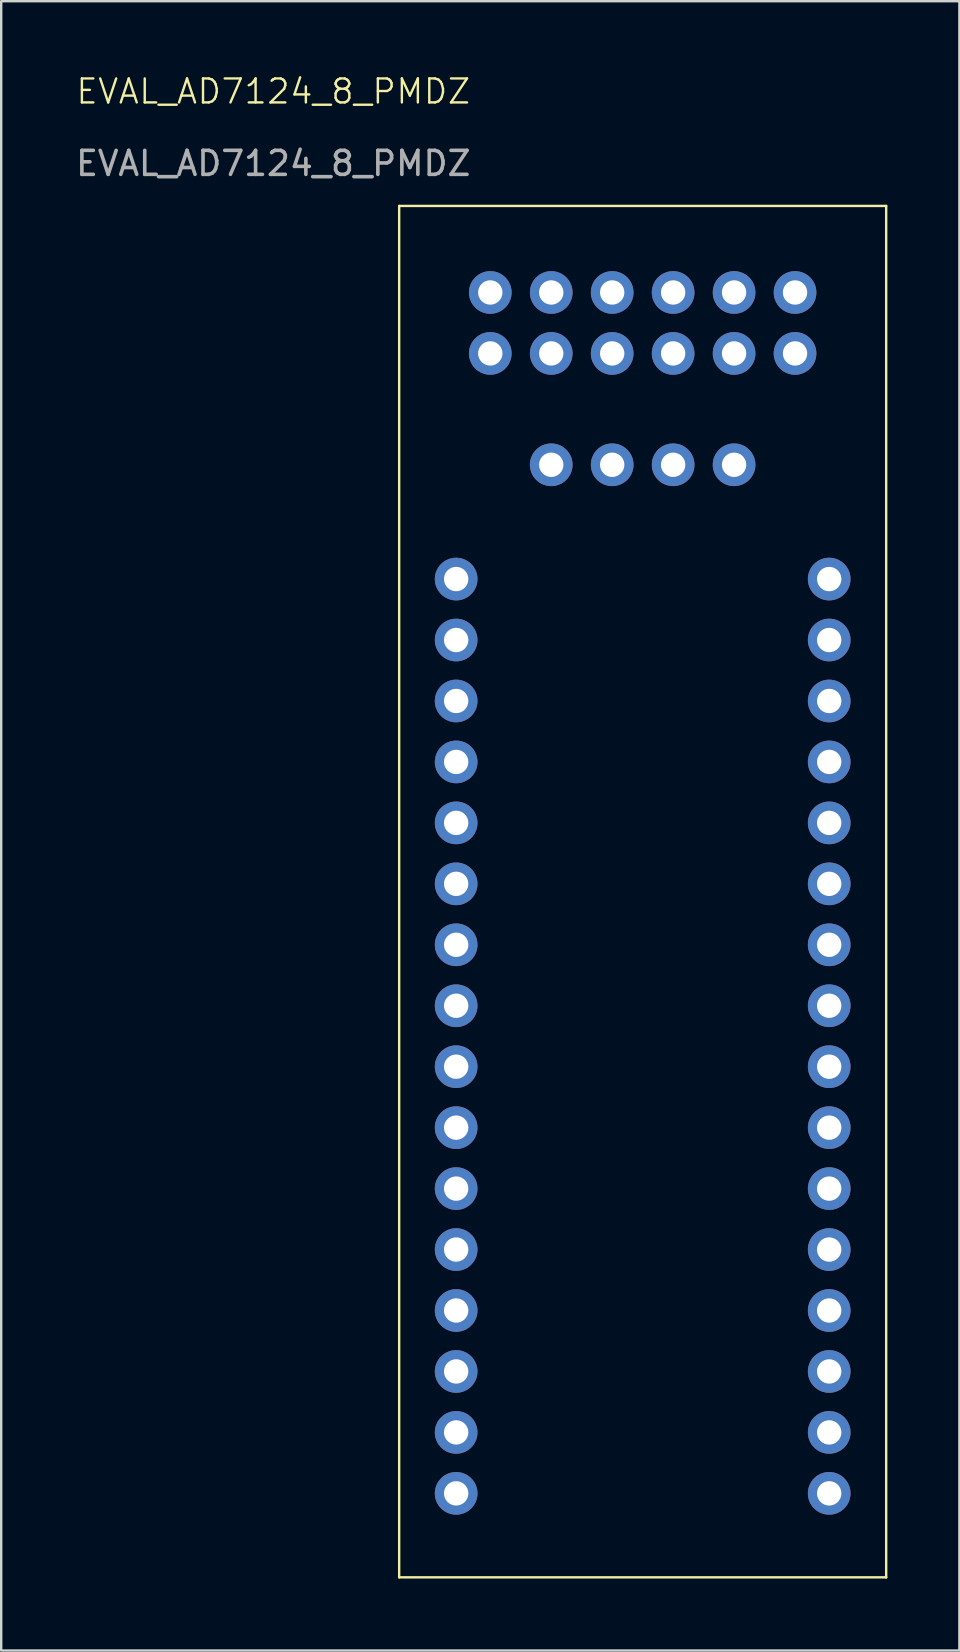
<source format=kicad_pcb>
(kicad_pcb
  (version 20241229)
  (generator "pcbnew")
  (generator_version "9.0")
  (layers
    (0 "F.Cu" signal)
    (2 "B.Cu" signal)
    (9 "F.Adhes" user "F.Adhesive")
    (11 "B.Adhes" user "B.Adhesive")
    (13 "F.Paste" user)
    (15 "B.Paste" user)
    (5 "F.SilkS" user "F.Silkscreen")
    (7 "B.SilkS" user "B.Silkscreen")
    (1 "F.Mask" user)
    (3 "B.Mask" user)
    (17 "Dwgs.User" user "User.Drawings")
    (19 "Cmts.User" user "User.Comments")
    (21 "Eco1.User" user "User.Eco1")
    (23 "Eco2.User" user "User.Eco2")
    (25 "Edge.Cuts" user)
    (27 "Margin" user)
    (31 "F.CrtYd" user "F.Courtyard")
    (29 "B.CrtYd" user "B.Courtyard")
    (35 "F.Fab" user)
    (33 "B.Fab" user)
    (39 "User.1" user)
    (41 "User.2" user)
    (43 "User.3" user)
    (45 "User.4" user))
  (footprint "EVAL_AD7124_8_PMDZ"
    (layer "F.Cu")
    (at 15.959 21.081)
    (property "Reference" "EVAL_AD7124_8_PMDZ" (at -7.62 -20.32 0) (unlocked yes) (layer "F.SilkS") (effects (font (size 1 1) (thickness 0.1))))
    (attr through_hole)
    (fp_line (start -2.375 -15.55) (end -2.375 41.6) (stroke (width 0.1) (type default)) (layer "F.SilkS"))
    (fp_line (start -2.375 41.6) (end 17.92 41.6) (stroke (width 0.1) (type default)) (layer "F.SilkS"))
    (fp_line (start 17.92 -15.55) (end -2.375 -15.55) (stroke (width 0.1) (type default)) (layer "F.SilkS"))
    (fp_line (start 17.92 41.6) (end 17.92 -15.55) (stroke (width 0.1) (type default)) (layer "F.SilkS"))
    (fp_text user "${REFERENCE}" (at -7.62 -17.32 0) (unlocked yes) (layer "F.Fab") (effects (font (size 1 1) (thickness 0.15))))
    (pad "1" thru_hole circle (at 0 0) (size 1.778 1.778) (drill 1.016) (layers "*.Cu" "*.Mask"))
    (pad "2" thru_hole circle (at 0 2.54) (size 1.778 1.778) (drill 1.016) (layers "*.Cu" "*.Mask"))
    (pad "3" thru_hole circle (at 0 5.08) (size 1.778 1.778) (drill 1.016) (layers "*.Cu" "*.Mask"))
    (pad "4" thru_hole circle (at 0 7.62) (size 1.778 1.778) (drill 1.016) (layers "*.Cu" "*.Mask"))
    (pad "5" thru_hole circle (at 0 10.16) (size 1.778 1.778) (drill 1.016) (layers "*.Cu" "*.Mask"))
    (pad "6" thru_hole circle (at 0 12.7) (size 1.778 1.778) (drill 1.016) (layers "*.Cu" "*.Mask"))
    (pad "7" thru_hole circle (at 0 15.24) (size 1.778 1.778) (drill 1.016) (layers "*.Cu" "*.Mask"))
    (pad "8" thru_hole circle (at 0 17.78) (size 1.778 1.778) (drill 1.016) (layers "*.Cu" "*.Mask"))
    (pad "9" thru_hole circle (at 0 20.32) (size 1.778 1.778) (drill 1.016) (layers "*.Cu" "*.Mask"))
    (pad "10" thru_hole circle (at 0 22.86) (size 1.778 1.778) (drill 1.016) (layers "*.Cu" "*.Mask"))
    (pad "11" thru_hole circle (at 0 25.4) (size 1.778 1.778) (drill 1.016) (layers "*.Cu" "*.Mask"))
    (pad "12" thru_hole circle (at 0 27.94) (size 1.778 1.778) (drill 1.016) (layers "*.Cu" "*.Mask"))
    (pad "13" thru_hole circle (at 0 30.48) (size 1.778 1.778) (drill 1.016) (layers "*.Cu" "*.Mask"))
    (pad "14" thru_hole circle (at 0 33.02) (size 1.778 1.778) (drill 1.016) (layers "*.Cu" "*.Mask"))
    (pad "15" thru_hole circle (at 0 35.56) (size 1.778 1.778) (drill 1.016) (layers "*.Cu" "*.Mask"))
    (pad "16" thru_hole circle (at 0 38.1) (size 1.778 1.778) (drill 1.016) (layers "*.Cu" "*.Mask"))
    (pad "17" thru_hole circle (at 15.545 38.1) (size 1.778 1.778) (drill 1.016) (layers "*.Cu" "*.Mask"))
    (pad "18" thru_hole circle (at 15.545 35.56) (size 1.778 1.778) (drill 1.016) (layers "*.Cu" "*.Mask"))
    (pad "19" thru_hole circle (at 15.545 33.02) (size 1.778 1.778) (drill 1.016) (layers "*.Cu" "*.Mask"))
    (pad "20" thru_hole circle (at 15.545 30.48) (size 1.778 1.778) (drill 1.016) (layers "*.Cu" "*.Mask"))
    (pad "21" thru_hole circle (at 15.545 27.94) (size 1.778 1.778) (drill 1.016) (layers "*.Cu" "*.Mask"))
    (pad "22" thru_hole circle (at 15.545 25.4) (size 1.778 1.778) (drill 1.016) (layers "*.Cu" "*.Mask"))
    (pad "23" thru_hole circle (at 15.545 22.86) (size 1.778 1.778) (drill 1.016) (layers "*.Cu" "*.Mask"))
    (pad "24" thru_hole circle (at 15.545 20.32) (size 1.778 1.778) (drill 1.016) (layers "*.Cu" "*.Mask"))
    (pad "25" thru_hole circle (at 15.545 17.78) (size 1.778 1.778) (drill 1.016) (layers "*.Cu" "*.Mask"))
    (pad "26" thru_hole circle (at 15.545 15.24) (size 1.778 1.778) (drill 1.016) (layers "*.Cu" "*.Mask"))
    (pad "27" thru_hole circle (at 15.545 12.7) (size 1.778 1.778) (drill 1.016) (layers "*.Cu" "*.Mask"))
    (pad "28" thru_hole circle (at 15.545 10.16) (size 1.778 1.778) (drill 1.016) (layers "*.Cu" "*.Mask"))
    (pad "29" thru_hole circle (at 15.545 7.62) (size 1.778 1.778) (drill 1.016) (layers "*.Cu" "*.Mask"))
    (pad "30" thru_hole circle (at 15.545 5.08) (size 1.778 1.778) (drill 1.016) (layers "*.Cu" "*.Mask"))
    (pad "31" thru_hole circle (at 15.545 2.54) (size 1.778 1.778) (drill 1.016) (layers "*.Cu" "*.Mask"))
    (pad "32" thru_hole circle (at 15.545 0) (size 1.778 1.778) (drill 1.016) (layers "*.Cu" "*.Mask"))
    (pad "33" thru_hole circle (at 14.122 -11.943) (size 1.778 1.778) (drill 1.016) (layers "*.Cu" "*.Mask"))
    (pad "34" thru_hole circle (at 11.582 -11.943) (size 1.778 1.778) (drill 1.016) (layers "*.Cu" "*.Mask"))
    (pad "35" thru_hole circle (at 9.042 -11.943) (size 1.778 1.778) (drill 1.016) (layers "*.Cu" "*.Mask"))
    (pad "36" thru_hole circle (at 6.502 -11.943) (size 1.778 1.778) (drill 1.016) (layers "*.Cu" "*.Mask"))
    (pad "37" thru_hole circle (at 3.962 -11.943) (size 1.778 1.778) (drill 1.016) (layers "*.Cu" "*.Mask"))
    (pad "38" thru_hole circle (at 1.422 -11.943) (size 1.778 1.778) (drill 1.016) (layers "*.Cu" "*.Mask"))
    (pad "39" thru_hole circle (at 14.122 -9.403) (size 1.778 1.778) (drill 1.016) (layers "*.Cu" "*.Mask"))
    (pad "40" thru_hole circle (at 11.582 -9.403) (size 1.778 1.778) (drill 1.016) (layers "*.Cu" "*.Mask"))
    (pad "41" thru_hole circle (at 9.042 -9.403) (size 1.778 1.778) (drill 1.016) (layers "*.Cu" "*.Mask"))
    (pad "42" thru_hole circle (at 6.502 -9.403) (size 1.778 1.778) (drill 1.016) (layers "*.Cu" "*.Mask"))
    (pad "43" thru_hole circle (at 3.962 -9.403) (size 1.778 1.778) (drill 1.016) (layers "*.Cu" "*.Mask"))
    (pad "44" thru_hole circle (at 1.422 -9.403) (size 1.778 1.778) (drill 1.016) (layers "*.Cu" "*.Mask"))
    (pad "45" thru_hole circle (at 11.582 -4.763) (size 1.778 1.778) (drill 1.016) (layers "*.Cu" "*.Mask"))
    (pad "46" thru_hole circle (at 9.042 -4.763) (size 1.778 1.778) (drill 1.016) (layers "*.Cu" "*.Mask"))
    (pad "47" thru_hole circle (at 6.502 -4.763) (size 1.778 1.778) (drill 1.016) (layers "*.Cu" "*.Mask"))
    (pad "48" thru_hole circle (at 3.962 -4.763) (size 1.778 1.778) (drill 1.016) (layers "*.Cu" "*.Mask")))
  (gr_rect
    (start -3 -3)
    (end 36.929 65.731)
    (stroke (width 0.1) (type default))
    (fill no)
    (layer "Edge.Cuts")))
</source>
